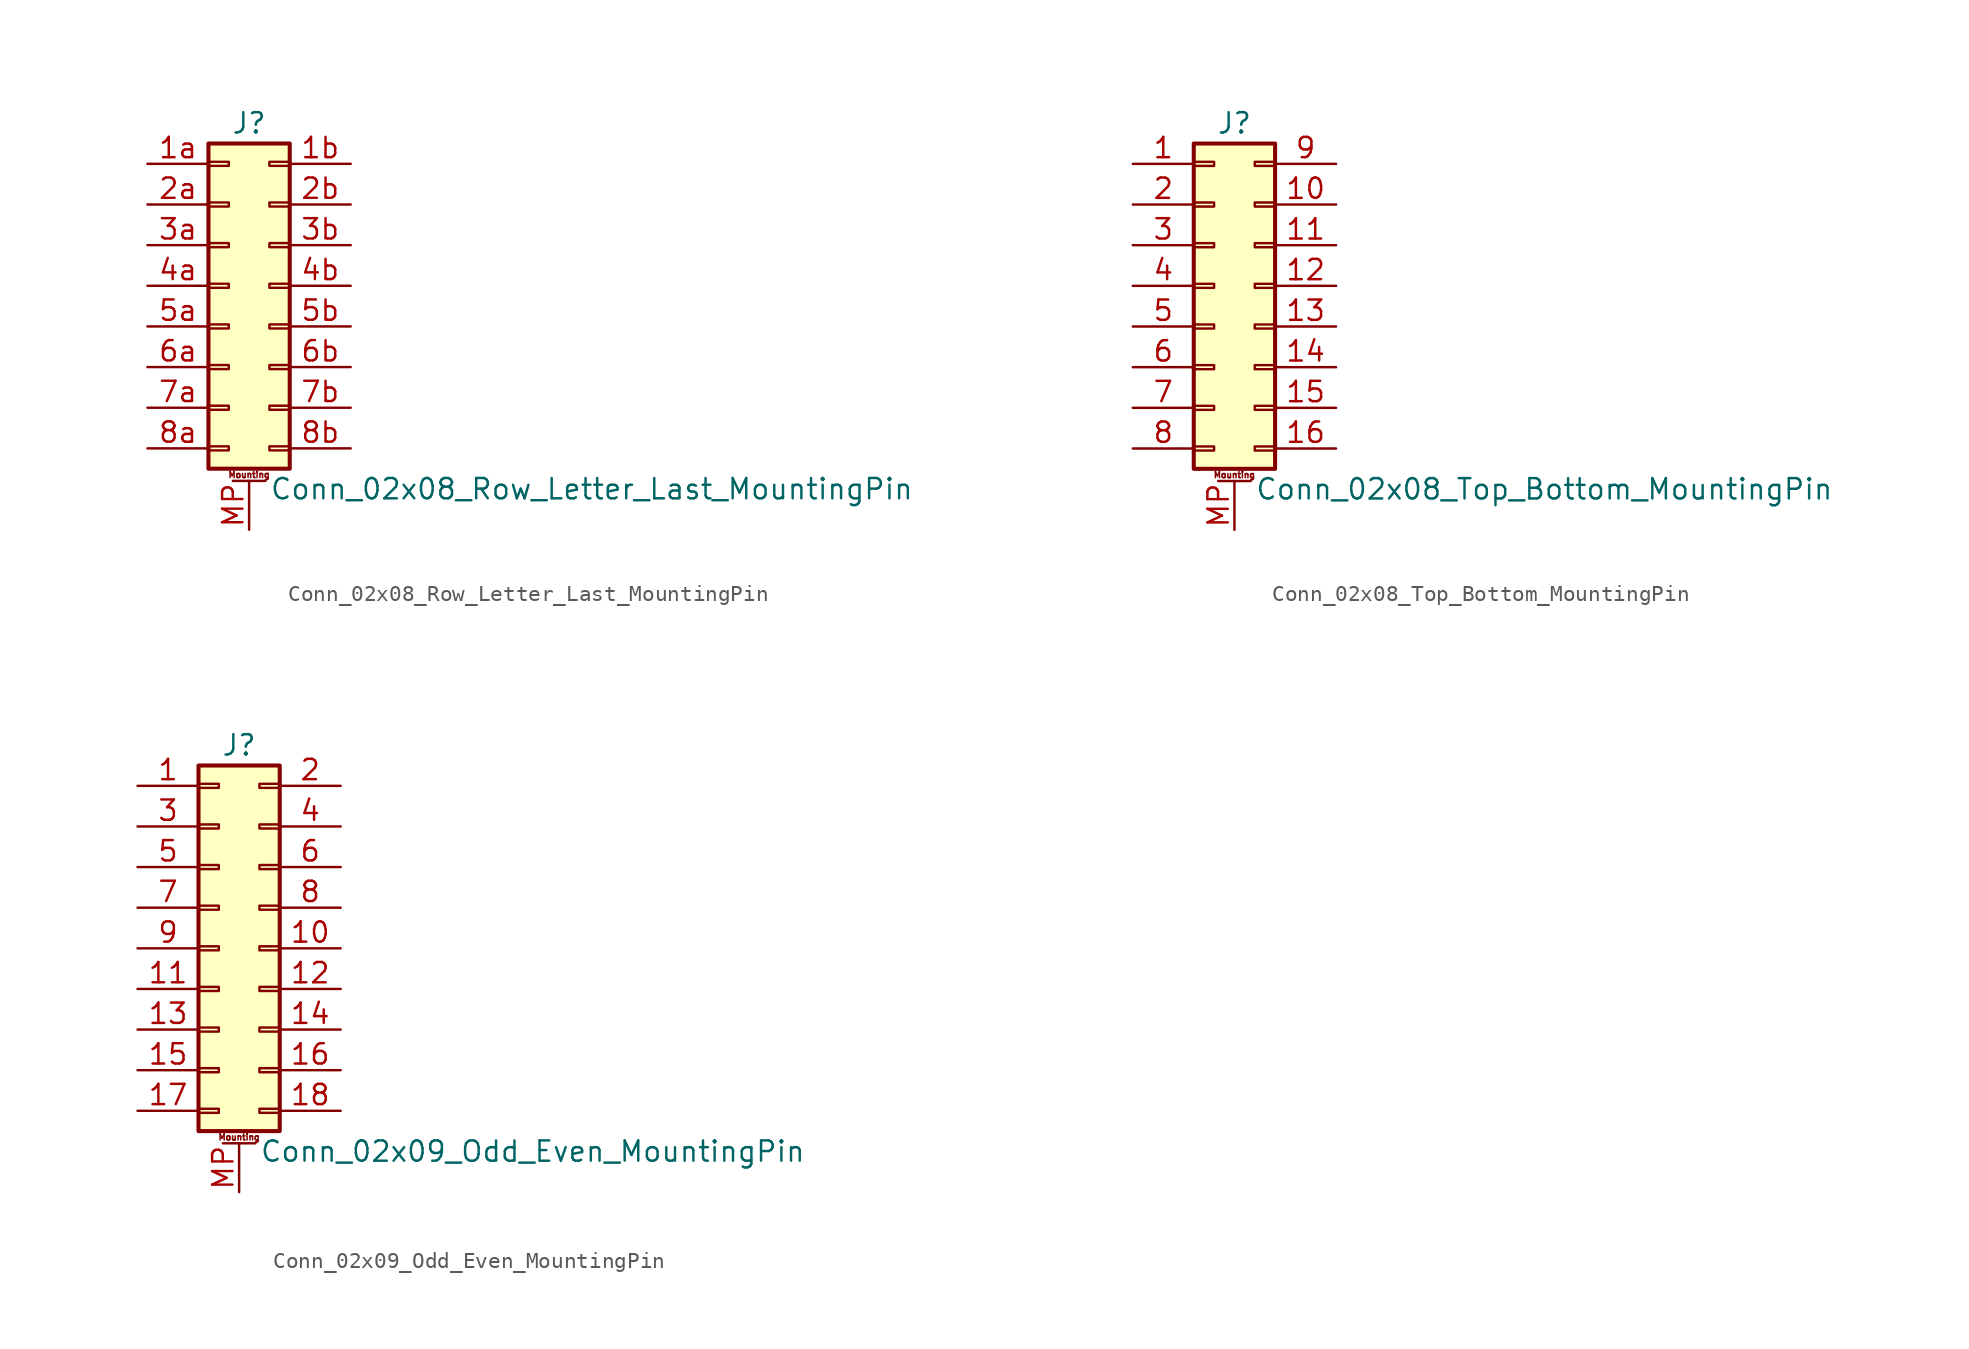
<source format=kicad_sym>
(kicad_symbol_lib
  (version 20220914)
  (generator kicad_symbol_editor)
  (symbol "Conn_02x08_Row_Letter_Last_MountingPin"
    (pin_names
      (offset 1.016) hide)
    (property "Reference" "J"
      (at 1.27 10.16 0)
      (effects (font (size 1.27 1.27))))
    (property "Value" "Conn_02x08_Row_Letter_Last_MountingPin"
      (at 2.54 -12.7 0)
      (effects (font (size 1.27 1.27)) (justify left)))
    (symbol "Conn_02x08_Row_Letter_Last_MountingPin_1_1"
      (rectangle (start -1.27 -10.033) (end 0 -10.287) (stroke (width 0.152) (type default)) (fill (type none)))
      (rectangle (start -1.27 -7.493) (end 0 -7.747) (stroke (width 0.152) (type default)) (fill (type none)))
      (rectangle (start -1.27 -4.953) (end 0 -5.207) (stroke (width 0.152) (type default)) (fill (type none)))
      (rectangle (start -1.27 -2.413) (end 0 -2.667) (stroke (width 0.152) (type default)) (fill (type none)))
      (rectangle (start -1.27 0.127) (end 0 -0.127) (stroke (width 0.152) (type default)) (fill (type none)))
      (rectangle (start -1.27 2.667) (end 0 2.413) (stroke (width 0.152) (type default)) (fill (type none)))
      (rectangle (start -1.27 5.207) (end 0 4.953) (stroke (width 0.152) (type default)) (fill (type none)))
      (rectangle (start -1.27 7.747) (end 0 7.493) (stroke (width 0.152) (type default)) (fill (type none)))
      (rectangle (start -1.27 8.89) (end 3.81 -11.43) (stroke (width 0.254) (type default)) (fill (type background)))
      (polyline (pts (xy 0.254 -12.192) (xy 2.286 -12.192)) (stroke (width 0.152) (type default)) (fill (type none)))
      (rectangle (start 3.81 -10.033) (end 2.54 -10.287) (stroke (width 0.152) (type default)) (fill (type none)))
      (rectangle (start 3.81 -7.493) (end 2.54 -7.747) (stroke (width 0.152) (type default)) (fill (type none)))
      (rectangle (start 3.81 -4.953) (end 2.54 -5.207) (stroke (width 0.152) (type default)) (fill (type none)))
      (rectangle (start 3.81 -2.413) (end 2.54 -2.667) (stroke (width 0.152) (type default)) (fill (type none)))
      (rectangle (start 3.81 0.127) (end 2.54 -0.127) (stroke (width 0.152) (type default)) (fill (type none)))
      (rectangle (start 3.81 2.667) (end 2.54 2.413) (stroke (width 0.152) (type default)) (fill (type none)))
      (rectangle (start 3.81 5.207) (end 2.54 4.953) (stroke (width 0.152) (type default)) (fill (type none)))
      (rectangle (start 3.81 7.747) (end 2.54 7.493) (stroke (width 0.152) (type default)) (fill (type none)))
      (text "Mounting" (at 1.27 -11.811 0) (effects (font (size 0.381 0.381))))
      (pin passive line (at -5.08 7.62 0) (length 3.81) (name "Pin_1a" (effects (font (size 1.27 1.27)))) (number "1a" (effects (font (size 1.27 1.27)))))
      (pin passive line (at 7.62 7.62 180) (length 3.81) (name "Pin_1b" (effects (font (size 1.27 1.27)))) (number "1b" (effects (font (size 1.27 1.27)))))
      (pin passive line (at -5.08 5.08 0) (length 3.81) (name "Pin_2a" (effects (font (size 1.27 1.27)))) (number "2a" (effects (font (size 1.27 1.27)))))
      (pin passive line (at 7.62 5.08 180) (length 3.81) (name "Pin_2b" (effects (font (size 1.27 1.27)))) (number "2b" (effects (font (size 1.27 1.27)))))
      (pin passive line (at -5.08 2.54 0) (length 3.81) (name "Pin_3a" (effects (font (size 1.27 1.27)))) (number "3a" (effects (font (size 1.27 1.27)))))
      (pin passive line (at 7.62 2.54 180) (length 3.81) (name "Pin_3b" (effects (font (size 1.27 1.27)))) (number "3b" (effects (font (size 1.27 1.27)))))
      (pin passive line (at -5.08 0 0) (length 3.81) (name "Pin_4a" (effects (font (size 1.27 1.27)))) (number "4a" (effects (font (size 1.27 1.27)))))
      (pin passive line (at 7.62 0 180) (length 3.81) (name "Pin_4b" (effects (font (size 1.27 1.27)))) (number "4b" (effects (font (size 1.27 1.27)))))
      (pin passive line (at -5.08 -2.54 0) (length 3.81) (name "Pin_5a" (effects (font (size 1.27 1.27)))) (number "5a" (effects (font (size 1.27 1.27)))))
      (pin passive line (at 7.62 -2.54 180) (length 3.81) (name "Pin_5b" (effects (font (size 1.27 1.27)))) (number "5b" (effects (font (size 1.27 1.27)))))
      (pin passive line (at -5.08 -5.08 0) (length 3.81) (name "Pin_6a" (effects (font (size 1.27 1.27)))) (number "6a" (effects (font (size 1.27 1.27)))))
      (pin passive line (at 7.62 -5.08 180) (length 3.81) (name "Pin_6b" (effects (font (size 1.27 1.27)))) (number "6b" (effects (font (size 1.27 1.27)))))
      (pin passive line (at -5.08 -7.62 0) (length 3.81) (name "Pin_7a" (effects (font (size 1.27 1.27)))) (number "7a" (effects (font (size 1.27 1.27)))))
      (pin passive line (at 7.62 -7.62 180) (length 3.81) (name "Pin_7b" (effects (font (size 1.27 1.27)))) (number "7b" (effects (font (size 1.27 1.27)))))
      (pin passive line (at -5.08 -10.16 0) (length 3.81) (name "Pin_8a" (effects (font (size 1.27 1.27)))) (number "8a" (effects (font (size 1.27 1.27)))))
      (pin passive line (at 7.62 -10.16 180) (length 3.81) (name "Pin_8b" (effects (font (size 1.27 1.27)))) (number "8b" (effects (font (size 1.27 1.27)))))
      (pin passive line (at 1.27 -15.24 90) (length 3.048) (name "MountPin" (effects (font (size 1.27 1.27)))) (number "MP" (effects (font (size 1.27 1.27)))))))
  (symbol "Conn_02x08_Top_Bottom_MountingPin"
    (pin_names
      (offset 1.016) hide)
    (property "Reference" "J"
      (at 1.27 10.16 0)
      (effects (font (size 1.27 1.27))))
    (property "Value" "Conn_02x08_Top_Bottom_MountingPin"
      (at 2.54 -12.7 0)
      (effects (font (size 1.27 1.27)) (justify left)))
    (symbol "Conn_02x08_Top_Bottom_MountingPin_1_1"
      (rectangle (start -1.27 -10.033) (end 0 -10.287) (stroke (width 0.152) (type default)) (fill (type none)))
      (rectangle (start -1.27 -7.493) (end 0 -7.747) (stroke (width 0.152) (type default)) (fill (type none)))
      (rectangle (start -1.27 -4.953) (end 0 -5.207) (stroke (width 0.152) (type default)) (fill (type none)))
      (rectangle (start -1.27 -2.413) (end 0 -2.667) (stroke (width 0.152) (type default)) (fill (type none)))
      (rectangle (start -1.27 0.127) (end 0 -0.127) (stroke (width 0.152) (type default)) (fill (type none)))
      (rectangle (start -1.27 2.667) (end 0 2.413) (stroke (width 0.152) (type default)) (fill (type none)))
      (rectangle (start -1.27 5.207) (end 0 4.953) (stroke (width 0.152) (type default)) (fill (type none)))
      (rectangle (start -1.27 7.747) (end 0 7.493) (stroke (width 0.152) (type default)) (fill (type none)))
      (rectangle (start -1.27 8.89) (end 3.81 -11.43) (stroke (width 0.254) (type default)) (fill (type background)))
      (polyline (pts (xy 0.254 -12.192) (xy 2.286 -12.192)) (stroke (width 0.152) (type default)) (fill (type none)))
      (rectangle (start 3.81 -10.033) (end 2.54 -10.287) (stroke (width 0.152) (type default)) (fill (type none)))
      (rectangle (start 3.81 -7.493) (end 2.54 -7.747) (stroke (width 0.152) (type default)) (fill (type none)))
      (rectangle (start 3.81 -4.953) (end 2.54 -5.207) (stroke (width 0.152) (type default)) (fill (type none)))
      (rectangle (start 3.81 -2.413) (end 2.54 -2.667) (stroke (width 0.152) (type default)) (fill (type none)))
      (rectangle (start 3.81 0.127) (end 2.54 -0.127) (stroke (width 0.152) (type default)) (fill (type none)))
      (rectangle (start 3.81 2.667) (end 2.54 2.413) (stroke (width 0.152) (type default)) (fill (type none)))
      (rectangle (start 3.81 5.207) (end 2.54 4.953) (stroke (width 0.152) (type default)) (fill (type none)))
      (rectangle (start 3.81 7.747) (end 2.54 7.493) (stroke (width 0.152) (type default)) (fill (type none)))
      (text "Mounting" (at 1.27 -11.811 0) (effects (font (size 0.381 0.381))))
      (pin passive line (at -5.08 7.62 0) (length 3.81) (name "Pin_1" (effects (font (size 1.27 1.27)))) (number "1" (effects (font (size 1.27 1.27)))))
      (pin passive line (at 7.62 5.08 180) (length 3.81) (name "Pin_10" (effects (font (size 1.27 1.27)))) (number "10" (effects (font (size 1.27 1.27)))))
      (pin passive line (at 7.62 2.54 180) (length 3.81) (name "Pin_11" (effects (font (size 1.27 1.27)))) (number "11" (effects (font (size 1.27 1.27)))))
      (pin passive line (at 7.62 0 180) (length 3.81) (name "Pin_12" (effects (font (size 1.27 1.27)))) (number "12" (effects (font (size 1.27 1.27)))))
      (pin passive line (at 7.62 -2.54 180) (length 3.81) (name "Pin_13" (effects (font (size 1.27 1.27)))) (number "13" (effects (font (size 1.27 1.27)))))
      (pin passive line (at 7.62 -5.08 180) (length 3.81) (name "Pin_14" (effects (font (size 1.27 1.27)))) (number "14" (effects (font (size 1.27 1.27)))))
      (pin passive line (at 7.62 -7.62 180) (length 3.81) (name "Pin_15" (effects (font (size 1.27 1.27)))) (number "15" (effects (font (size 1.27 1.27)))))
      (pin passive line (at 7.62 -10.16 180) (length 3.81) (name "Pin_16" (effects (font (size 1.27 1.27)))) (number "16" (effects (font (size 1.27 1.27)))))
      (pin passive line (at -5.08 5.08 0) (length 3.81) (name "Pin_2" (effects (font (size 1.27 1.27)))) (number "2" (effects (font (size 1.27 1.27)))))
      (pin passive line (at -5.08 2.54 0) (length 3.81) (name "Pin_3" (effects (font (size 1.27 1.27)))) (number "3" (effects (font (size 1.27 1.27)))))
      (pin passive line (at -5.08 0 0) (length 3.81) (name "Pin_4" (effects (font (size 1.27 1.27)))) (number "4" (effects (font (size 1.27 1.27)))))
      (pin passive line (at -5.08 -2.54 0) (length 3.81) (name "Pin_5" (effects (font (size 1.27 1.27)))) (number "5" (effects (font (size 1.27 1.27)))))
      (pin passive line (at -5.08 -5.08 0) (length 3.81) (name "Pin_6" (effects (font (size 1.27 1.27)))) (number "6" (effects (font (size 1.27 1.27)))))
      (pin passive line (at -5.08 -7.62 0) (length 3.81) (name "Pin_7" (effects (font (size 1.27 1.27)))) (number "7" (effects (font (size 1.27 1.27)))))
      (pin passive line (at -5.08 -10.16 0) (length 3.81) (name "Pin_8" (effects (font (size 1.27 1.27)))) (number "8" (effects (font (size 1.27 1.27)))))
      (pin passive line (at 7.62 7.62 180) (length 3.81) (name "Pin_9" (effects (font (size 1.27 1.27)))) (number "9" (effects (font (size 1.27 1.27)))))
      (pin passive line (at 1.27 -15.24 90) (length 3.048) (name "MountPin" (effects (font (size 1.27 1.27)))) (number "MP" (effects (font (size 1.27 1.27)))))))
  (symbol "Conn_02x09_Odd_Even_MountingPin"
    (pin_names
      (offset 1.016) hide)
    (property "Reference" "J"
      (at 1.27 12.7 0)
      (effects (font (size 1.27 1.27))))
    (property "Value" "Conn_02x09_Odd_Even_MountingPin"
      (at 2.54 -12.7 0)
      (effects (font (size 1.27 1.27)) (justify left)))
    (symbol "Conn_02x09_Odd_Even_MountingPin_1_1"
      (rectangle (start -1.27 -10.033) (end 0 -10.287) (stroke (width 0.152) (type default)) (fill (type none)))
      (rectangle (start -1.27 -7.493) (end 0 -7.747) (stroke (width 0.152) (type default)) (fill (type none)))
      (rectangle (start -1.27 -4.953) (end 0 -5.207) (stroke (width 0.152) (type default)) (fill (type none)))
      (rectangle (start -1.27 -2.413) (end 0 -2.667) (stroke (width 0.152) (type default)) (fill (type none)))
      (rectangle (start -1.27 0.127) (end 0 -0.127) (stroke (width 0.152) (type default)) (fill (type none)))
      (rectangle (start -1.27 2.667) (end 0 2.413) (stroke (width 0.152) (type default)) (fill (type none)))
      (rectangle (start -1.27 5.207) (end 0 4.953) (stroke (width 0.152) (type default)) (fill (type none)))
      (rectangle (start -1.27 7.747) (end 0 7.493) (stroke (width 0.152) (type default)) (fill (type none)))
      (rectangle (start -1.27 10.287) (end 0 10.033) (stroke (width 0.152) (type default)) (fill (type none)))
      (rectangle (start -1.27 11.43) (end 3.81 -11.43) (stroke (width 0.254) (type default)) (fill (type background)))
      (polyline (pts (xy 0.254 -12.192) (xy 2.286 -12.192)) (stroke (width 0.152) (type default)) (fill (type none)))
      (rectangle (start 3.81 -10.033) (end 2.54 -10.287) (stroke (width 0.152) (type default)) (fill (type none)))
      (rectangle (start 3.81 -7.493) (end 2.54 -7.747) (stroke (width 0.152) (type default)) (fill (type none)))
      (rectangle (start 3.81 -4.953) (end 2.54 -5.207) (stroke (width 0.152) (type default)) (fill (type none)))
      (rectangle (start 3.81 -2.413) (end 2.54 -2.667) (stroke (width 0.152) (type default)) (fill (type none)))
      (rectangle (start 3.81 0.127) (end 2.54 -0.127) (stroke (width 0.152) (type default)) (fill (type none)))
      (rectangle (start 3.81 2.667) (end 2.54 2.413) (stroke (width 0.152) (type default)) (fill (type none)))
      (rectangle (start 3.81 5.207) (end 2.54 4.953) (stroke (width 0.152) (type default)) (fill (type none)))
      (rectangle (start 3.81 7.747) (end 2.54 7.493) (stroke (width 0.152) (type default)) (fill (type none)))
      (rectangle (start 3.81 10.287) (end 2.54 10.033) (stroke (width 0.152) (type default)) (fill (type none)))
      (text "Mounting" (at 1.27 -11.811 0) (effects (font (size 0.381 0.381))))
      (pin passive line (at -5.08 10.16 0) (length 3.81) (name "Pin_1" (effects (font (size 1.27 1.27)))) (number "1" (effects (font (size 1.27 1.27)))))
      (pin passive line (at 7.62 0 180) (length 3.81) (name "Pin_10" (effects (font (size 1.27 1.27)))) (number "10" (effects (font (size 1.27 1.27)))))
      (pin passive line (at -5.08 -2.54 0) (length 3.81) (name "Pin_11" (effects (font (size 1.27 1.27)))) (number "11" (effects (font (size 1.27 1.27)))))
      (pin passive line (at 7.62 -2.54 180) (length 3.81) (name "Pin_12" (effects (font (size 1.27 1.27)))) (number "12" (effects (font (size 1.27 1.27)))))
      (pin passive line (at -5.08 -5.08 0) (length 3.81) (name "Pin_13" (effects (font (size 1.27 1.27)))) (number "13" (effects (font (size 1.27 1.27)))))
      (pin passive line (at 7.62 -5.08 180) (length 3.81) (name "Pin_14" (effects (font (size 1.27 1.27)))) (number "14" (effects (font (size 1.27 1.27)))))
      (pin passive line (at -5.08 -7.62 0) (length 3.81) (name "Pin_15" (effects (font (size 1.27 1.27)))) (number "15" (effects (font (size 1.27 1.27)))))
      (pin passive line (at 7.62 -7.62 180) (length 3.81) (name "Pin_16" (effects (font (size 1.27 1.27)))) (number "16" (effects (font (size 1.27 1.27)))))
      (pin passive line (at -5.08 -10.16 0) (length 3.81) (name "Pin_17" (effects (font (size 1.27 1.27)))) (number "17" (effects (font (size 1.27 1.27)))))
      (pin passive line (at 7.62 -10.16 180) (length 3.81) (name "Pin_18" (effects (font (size 1.27 1.27)))) (number "18" (effects (font (size 1.27 1.27)))))
      (pin passive line (at 7.62 10.16 180) (length 3.81) (name "Pin_2" (effects (font (size 1.27 1.27)))) (number "2" (effects (font (size 1.27 1.27)))))
      (pin passive line (at -5.08 7.62 0) (length 3.81) (name "Pin_3" (effects (font (size 1.27 1.27)))) (number "3" (effects (font (size 1.27 1.27)))))
      (pin passive line (at 7.62 7.62 180) (length 3.81) (name "Pin_4" (effects (font (size 1.27 1.27)))) (number "4" (effects (font (size 1.27 1.27)))))
      (pin passive line (at -5.08 5.08 0) (length 3.81) (name "Pin_5" (effects (font (size 1.27 1.27)))) (number "5" (effects (font (size 1.27 1.27)))))
      (pin passive line (at 7.62 5.08 180) (length 3.81) (name "Pin_6" (effects (font (size 1.27 1.27)))) (number "6" (effects (font (size 1.27 1.27)))))
      (pin passive line (at -5.08 2.54 0) (length 3.81) (name "Pin_7" (effects (font (size 1.27 1.27)))) (number "7" (effects (font (size 1.27 1.27)))))
      (pin passive line (at 7.62 2.54 180) (length 3.81) (name "Pin_8" (effects (font (size 1.27 1.27)))) (number "8" (effects (font (size 1.27 1.27)))))
      (pin passive line (at -5.08 0 0) (length 3.81) (name "Pin_9" (effects (font (size 1.27 1.27)))) (number "9" (effects (font (size 1.27 1.27)))))
      (pin passive line (at 1.27 -15.24 90) (length 3.048) (name "MountPin" (effects (font (size 1.27 1.27)))) (number "MP" (effects (font (size 1.27 1.27))))))))
</source>
